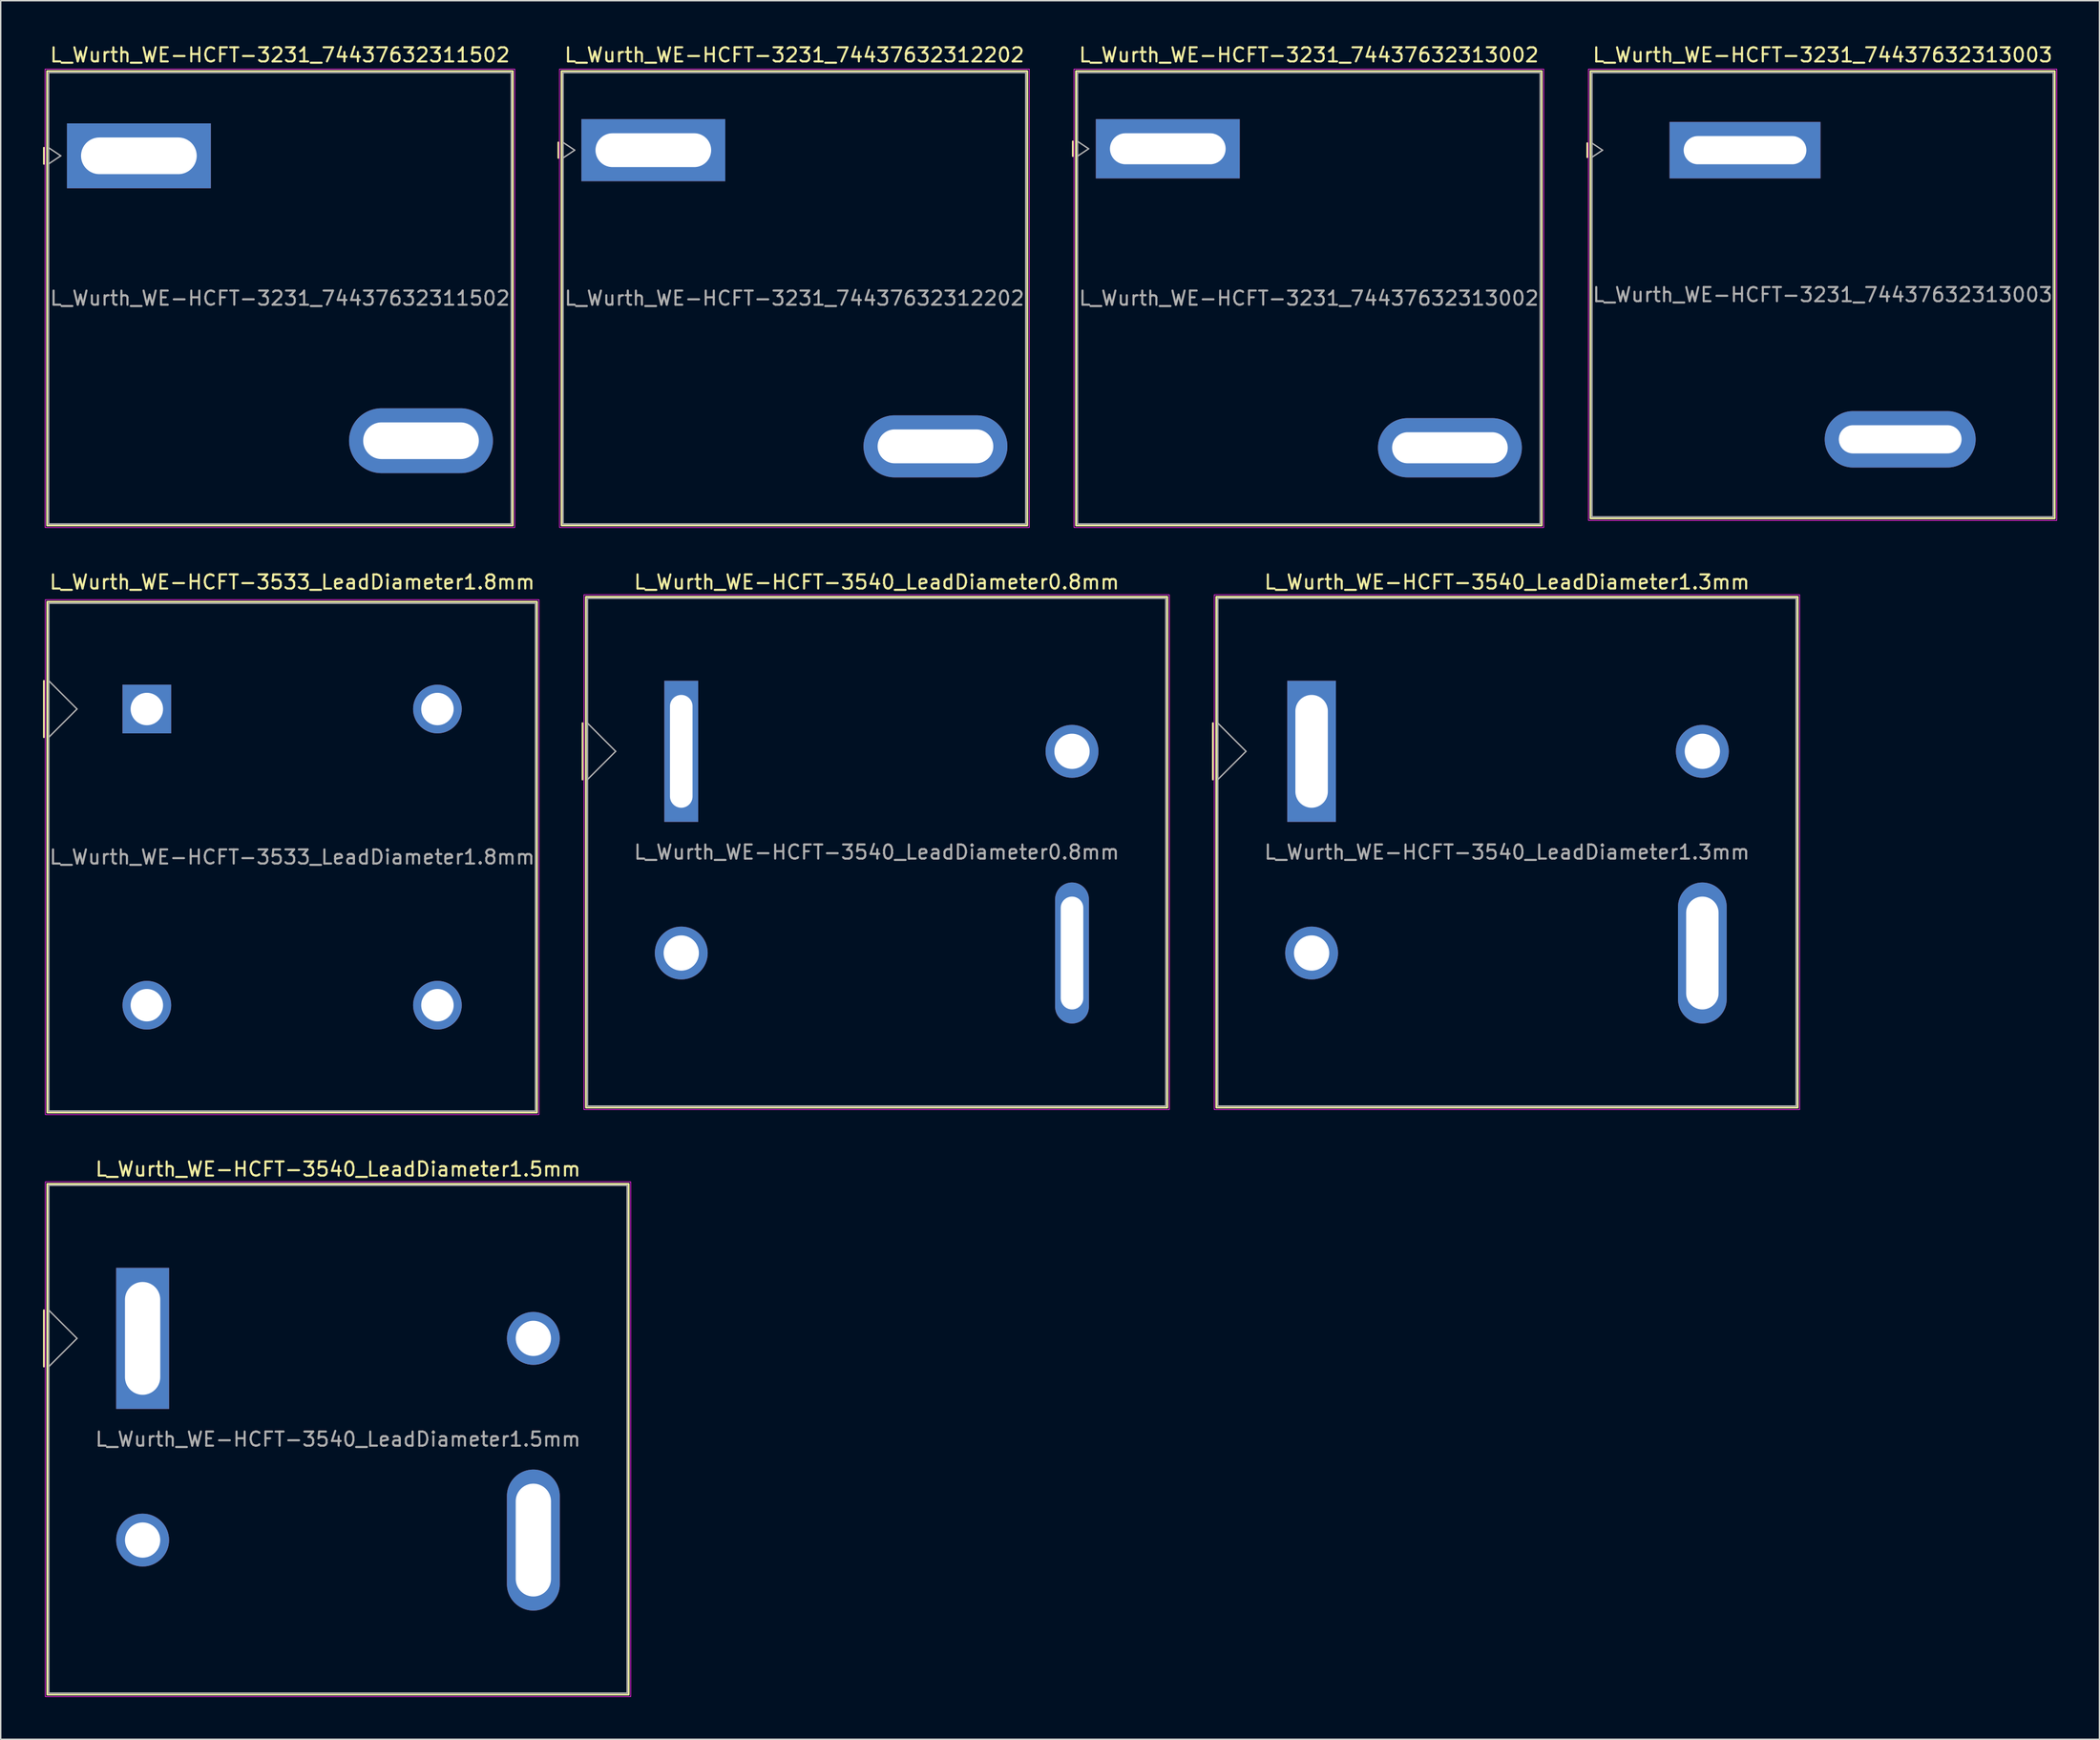
<source format=kicad_pcb>
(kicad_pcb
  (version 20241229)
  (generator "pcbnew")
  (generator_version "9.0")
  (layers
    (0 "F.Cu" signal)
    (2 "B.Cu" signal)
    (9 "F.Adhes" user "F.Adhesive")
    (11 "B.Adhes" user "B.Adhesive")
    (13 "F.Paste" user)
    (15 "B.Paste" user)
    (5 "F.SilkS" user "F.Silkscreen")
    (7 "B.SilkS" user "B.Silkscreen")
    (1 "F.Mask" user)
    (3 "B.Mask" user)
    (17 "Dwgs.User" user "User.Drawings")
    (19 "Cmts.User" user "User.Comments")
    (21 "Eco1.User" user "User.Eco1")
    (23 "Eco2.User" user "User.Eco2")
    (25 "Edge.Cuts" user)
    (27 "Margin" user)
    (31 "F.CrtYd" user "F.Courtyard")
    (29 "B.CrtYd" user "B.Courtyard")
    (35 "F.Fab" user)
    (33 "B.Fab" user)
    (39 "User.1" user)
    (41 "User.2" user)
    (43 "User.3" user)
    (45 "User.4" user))
  (footprint "L_Wurth_WE-HCFT-3231_74437632313002"
    (layer "F.Cu")
    (at 79.735 7.498)
    (property "Reference" "L_Wurth_WE-HCFT-3231_74437632313002" (at 10 -6.65 0) (unlocked yes) (layer "F.SilkS") (effects (font (size 1 1) (thickness 0.15))))
    (attr through_hole)
    (fp_line (start -6.735 -0.525) (end -6.735 0.525) (stroke (width 0.12) (type default)) (layer "F.SilkS"))
    (fp_rect (start -6.51 -5.51) (end 26.51 26.71) (stroke (width 0.12) (type default)) (fill no) (layer "F.SilkS"))
    (fp_rect (start -6.65 -5.65) (end 26.65 26.85) (stroke (width 0.05) (type default)) (fill no) (layer "F.CrtYd"))
    (fp_line (start -6.4 -0.525) (end -5.612 0) (stroke (width 0.1) (type default)) (layer "F.Fab"))
    (fp_line (start -6.4 0.525) (end -5.612 0) (stroke (width 0.1) (type default)) (layer "F.Fab"))
    (fp_rect (start -6.4 -5.4) (end 26.4 26.6) (stroke (width 0.1) (type default)) (fill no) (layer "F.Fab"))
    (fp_text user "${REFERENCE}" (at 10 10.6 0) (unlocked yes) (layer "F.Fab") (effects (font (size 1 1) (thickness 0.15))))
    (pad "1" thru_hole rect (at 0 0) (size 10.2 4.2) (drill oval 8.2 2.2) (layers "*.Cu" "*.Mask"))
    (pad "2" thru_hole oval (at 20 21.2) (size 10.2 4.2) (drill oval 8.2 2.2) (layers "*.Cu" "*.Mask")))
  (footprint "L_Wurth_WE-HCFT-3231_74437632311502"
    (layer "F.Cu")
    (at 6.795 7.998)
    (property "Reference" "L_Wurth_WE-HCFT-3231_74437632311502" (at 10 -7.15 0) (unlocked yes) (layer "F.SilkS") (effects (font (size 1 1) (thickness 0.15))))
    (attr through_hole)
    (fp_line (start -6.735 -0.575) (end -6.735 0.575) (stroke (width 0.12) (type default)) (layer "F.SilkS"))
    (fp_rect (start -6.51 -6.01) (end 26.51 26.21) (stroke (width 0.12) (type default)) (fill no) (layer "F.SilkS"))
    (fp_rect (start -6.65 -6.15) (end 26.65 26.35) (stroke (width 0.05) (type default)) (fill no) (layer "F.CrtYd"))
    (fp_line (start -6.4 -0.575) (end -5.537 0) (stroke (width 0.1) (type default)) (layer "F.Fab"))
    (fp_line (start -6.4 0.575) (end -5.537 0) (stroke (width 0.1) (type default)) (layer "F.Fab"))
    (fp_rect (start -6.4 -5.9) (end 26.4 26.1) (stroke (width 0.1) (type default)) (fill no) (layer "F.Fab"))
    (fp_text user "${REFERENCE}" (at 10 10.1 0) (unlocked yes) (layer "F.Fab") (effects (font (size 1 1) (thickness 0.15))))
    (pad "1" thru_hole rect (at 0 0) (size 10.2 4.6) (drill oval 8.2 2.6) (layers "*.Cu" "*.Mask"))
    (pad "2" thru_hole oval (at 20 20.2) (size 10.2 4.6) (drill oval 8.2 2.6) (layers "*.Cu" "*.Mask")))
  (footprint "L_Wurth_WE-HCFT-3231_74437632313003"
    (layer "F.Cu")
    (at 120.655 7.598)
    (property "Reference" "L_Wurth_WE-HCFT-3231_74437632313003" (at 5.5 -6.75 0) (unlocked yes) (layer "F.SilkS") (effects (font (size 1 1) (thickness 0.15))))
    (attr through_hole)
    (fp_line (start -11.185 -0.5) (end -11.185 0.5) (stroke (width 0.12) (type default)) (layer "F.SilkS"))
    (fp_rect (start -10.96 -5.61) (end 21.96 26.11) (stroke (width 0.12) (type default)) (fill no) (layer "F.SilkS"))
    (fp_rect (start -11.1 -5.75) (end 22.1 26.25) (stroke (width 0.05) (type default)) (fill no) (layer "F.CrtYd"))
    (fp_line (start -10.85 -0.5) (end -10.1 0) (stroke (width 0.1) (type default)) (layer "F.Fab"))
    (fp_line (start -10.85 0.5) (end -10.1 0) (stroke (width 0.1) (type default)) (layer "F.Fab"))
    (fp_rect (start -10.85 -5.5) (end 21.85 26) (stroke (width 0.1) (type default)) (fill no) (layer "F.Fab"))
    (fp_text user "${REFERENCE}" (at 5.5 10.25 0) (unlocked yes) (layer "F.Fab") (effects (font (size 1 1) (thickness 0.15))))
    (pad "1" thru_hole rect (at 0 0) (size 10.7 4) (drill oval 8.7 2) (layers "*.Cu" "*.Mask"))
    (pad "2" thru_hole oval (at 11 20.5) (size 10.7 4) (drill oval 8.7 2) (layers "*.Cu" "*.Mask")))
  (footprint "L_Wurth_WE-HCFT-3540_LeadDiameter1.5mm"
    (layer "F.Cu")
    (at 7.06 91.845)
    (property "Reference" "L_Wurth_WE-HCFT-3540_LeadDiameter1.5mm" (at 13.85 -12 0) (unlocked yes) (layer "F.SilkS") (effects (font (size 1 1) (thickness 0.15))))
    (attr through_hole)
    (fp_line (start -7 2) (end -7 -2) (stroke (width 0.12) (type solid)) (layer "F.SilkS"))
    (fp_rect (start -6.76 -10.96) (end 34.46 25.26) (stroke (width 0.12) (type solid)) (fill no) (layer "F.SilkS"))
    (fp_rect (start -6.9 -11.1) (end 34.6 25.4) (stroke (width 0.05) (type solid)) (fill no) (layer "F.CrtYd"))
    (fp_line (start -6.65 -2) (end -4.65 0) (stroke (width 0.1) (type solid)) (layer "F.Fab"))
    (fp_line (start -4.65 0) (end -6.65 2) (stroke (width 0.1) (type solid)) (layer "F.Fab"))
    (fp_rect (start -6.65 -10.85) (end 34.35 25.15) (stroke (width 0.1) (type solid)) (fill no) (layer "F.Fab"))
    (fp_text user "${REFERENCE}" (at 13.85 7.15 0) (unlocked yes) (layer "F.Fab") (effects (font (size 1 1) (thickness 0.15))))
    (pad "" thru_hole circle (at 0 14.3) (size 3.75 3.75) (drill 2.5) (layers "*.Cu" "*.Mask"))
    (pad "" thru_hole circle (at 27.7 0) (size 3.75 3.75) (drill 2.5) (layers "*.Cu" "*.Mask"))
    (pad "1" thru_hole rect (at 0 0) (size 3.75 10) (drill oval 2.5 8) (layers "*.Cu" "*.Mask"))
    (pad "2" thru_hole oval (at 27.7 14.3) (size 3.75 10) (drill oval 2.5 8) (layers "*.Cu" "*.Mask")))
  (footprint "L_Wurth_WE-HCFT-3540_LeadDiameter0.8mm"
    (layer "F.Cu")
    (at 45.245 50.221)
    (property "Reference" "L_Wurth_WE-HCFT-3540_LeadDiameter0.8mm" (at 13.85 -12 0) (unlocked yes) (layer "F.SilkS") (effects (font (size 1 1) (thickness 0.15))))
    (attr through_hole)
    (fp_line (start -7 2) (end -7 -2) (stroke (width 0.12) (type solid)) (layer "F.SilkS"))
    (fp_rect (start -6.76 -10.96) (end 34.46 25.26) (stroke (width 0.12) (type solid)) (fill no) (layer "F.SilkS"))
    (fp_rect (start -6.9 -11.1) (end 34.6 25.4) (stroke (width 0.05) (type solid)) (fill no) (layer "F.CrtYd"))
    (fp_line (start -6.65 -2) (end -4.65 0) (stroke (width 0.1) (type solid)) (layer "F.Fab"))
    (fp_line (start -4.65 0) (end -6.65 2) (stroke (width 0.1) (type solid)) (layer "F.Fab"))
    (fp_rect (start -6.65 -10.85) (end 34.35 25.15) (stroke (width 0.1) (type solid)) (fill no) (layer "F.Fab"))
    (fp_text user "${REFERENCE}" (at 13.85 7.15 0) (unlocked yes) (layer "F.Fab") (effects (font (size 1 1) (thickness 0.15))))
    (pad "" thru_hole circle (at 0 14.3) (size 3.75 3.75) (drill 2.5) (layers "*.Cu" "*.Mask"))
    (pad "" thru_hole circle (at 27.7 0) (size 3.75 3.75) (drill 2.5) (layers "*.Cu" "*.Mask"))
    (pad "1" thru_hole rect (at 0 0) (size 2.4 10) (drill oval 1.6 8) (layers "*.Cu" "*.Mask"))
    (pad "2" thru_hole oval (at 27.7 14.3) (size 2.4 10) (drill oval 1.6 8) (layers "*.Cu" "*.Mask")))
  (footprint "L_Wurth_WE-HCFT-3231_74437632312202"
    (layer "F.Cu")
    (at 43.265 7.598)
    (property "Reference" "L_Wurth_WE-HCFT-3231_74437632312202" (at 10 -6.75 0) (unlocked yes) (layer "F.SilkS") (effects (font (size 1 1) (thickness 0.15))))
    (attr through_hole)
    (fp_line (start -6.735 -0.55) (end -6.735 0.55) (stroke (width 0.12) (type default)) (layer "F.SilkS"))
    (fp_rect (start -6.51 -5.61) (end 26.51 26.61) (stroke (width 0.12) (type default)) (fill no) (layer "F.SilkS"))
    (fp_rect (start -6.65 -5.75) (end 26.65 26.75) (stroke (width 0.05) (type default)) (fill no) (layer "F.CrtYd"))
    (fp_line (start -6.4 -0.55) (end -5.575 0) (stroke (width 0.1) (type default)) (layer "F.Fab"))
    (fp_line (start -6.4 0.55) (end -5.575 0) (stroke (width 0.1) (type default)) (layer "F.Fab"))
    (fp_rect (start -6.4 -5.5) (end 26.4 26.5) (stroke (width 0.1) (type default)) (fill no) (layer "F.Fab"))
    (fp_text user "${REFERENCE}" (at 10 10.5 0) (unlocked yes) (layer "F.Fab") (effects (font (size 1 1) (thickness 0.15))))
    (pad "1" thru_hole rect (at 0 0) (size 10.2 4.4) (drill oval 8.2 2.4) (layers "*.Cu" "*.Mask"))
    (pad "2" thru_hole oval (at 20 21) (size 10.2 4.4) (drill oval 8.2 2.4) (layers "*.Cu" "*.Mask")))
  (footprint "L_Wurth_WE-HCFT-3540_LeadDiameter1.3mm"
    (layer "F.Cu")
    (at 89.93 50.221)
    (property "Reference" "L_Wurth_WE-HCFT-3540_LeadDiameter1.3mm" (at 13.85 -12 0) (unlocked yes) (layer "F.SilkS") (effects (font (size 1 1) (thickness 0.15))))
    (attr through_hole)
    (fp_line (start -7 2) (end -7 -2) (stroke (width 0.12) (type solid)) (layer "F.SilkS"))
    (fp_rect (start -6.76 -10.96) (end 34.46 25.26) (stroke (width 0.12) (type solid)) (fill no) (layer "F.SilkS"))
    (fp_rect (start -6.9 -11.1) (end 34.6 25.4) (stroke (width 0.05) (type solid)) (fill no) (layer "F.CrtYd"))
    (fp_line (start -6.65 -2) (end -4.65 0) (stroke (width 0.1) (type solid)) (layer "F.Fab"))
    (fp_line (start -4.65 0) (end -6.65 2) (stroke (width 0.1) (type solid)) (layer "F.Fab"))
    (fp_rect (start -6.65 -10.85) (end 34.35 25.15) (stroke (width 0.1) (type solid)) (fill no) (layer "F.Fab"))
    (fp_text user "${REFERENCE}" (at 13.85 7.15 0) (unlocked yes) (layer "F.Fab") (effects (font (size 1 1) (thickness 0.15))))
    (pad "" thru_hole circle (at 0 14.3) (size 3.75 3.75) (drill 2.5) (layers "*.Cu" "*.Mask"))
    (pad "" thru_hole circle (at 27.7 0) (size 3.75 3.75) (drill 2.5) (layers "*.Cu" "*.Mask"))
    (pad "1" thru_hole rect (at 0 0) (size 3.45 10) (drill oval 2.3 8) (layers "*.Cu" "*.Mask"))
    (pad "2" thru_hole oval (at 27.7 14.3) (size 3.45 10) (drill oval 2.3 8) (layers "*.Cu" "*.Mask")))
  (footprint "L_Wurth_WE-HCFT-3533_LeadDiameter1.8mm"
    (layer "F.Cu")
    (at 7.36 47.221)
    (property "Reference" "L_Wurth_WE-HCFT-3533_LeadDiameter1.8mm" (at 10.3 -9 0) (unlocked yes) (layer "F.SilkS") (effects (font (size 1 1) (thickness 0.15))))
    (attr through_hole)
    (fp_line (start -7.3 -2) (end -7.3 2) (stroke (width 0.12) (type solid)) (layer "F.SilkS"))
    (fp_rect (start -7.06 -7.61) (end 27.66 28.61) (stroke (width 0.12) (type solid)) (fill no) (layer "F.SilkS"))
    (fp_rect (start -7.2 -7.75) (end 27.8 28.75) (stroke (width 0.05) (type solid)) (fill no) (layer "F.CrtYd"))
    (fp_line (start -6.95 -2) (end -4.95 0) (stroke (width 0.1) (type solid)) (layer "F.Fab"))
    (fp_line (start -4.95 0) (end -6.95 2) (stroke (width 0.1) (type solid)) (layer "F.Fab"))
    (fp_rect (start -6.95 -7.5) (end 27.55 28.5) (stroke (width 0.1) (type solid)) (fill no) (layer "F.Fab"))
    (fp_text user "${REFERENCE}" (at 10.3 10.5 0) (unlocked yes) (layer "F.Fab") (effects (font (size 1 1) (thickness 0.15))))
    (pad "" thru_hole circle (at 0 21) (size 3.45 3.45) (drill 2.3) (layers "*.Cu" "*.Mask"))
    (pad "" thru_hole circle (at 20.6 0) (size 3.45 3.45) (drill 2.3) (layers "*.Cu" "*.Mask"))
    (pad "1" thru_hole rect (at 0 0) (size 3.45 3.45) (drill 2.3) (layers "*.Cu" "*.Mask"))
    (pad "2" thru_hole circle (at 20.6 21) (size 3.45 3.45) (drill 2.3) (layers "*.Cu" "*.Mask")))
  (gr_rect
    (start -3 -3)
    (end 145.78 120.27)
    (stroke (width 0.1) (type default))
    (fill no)
    (layer "Edge.Cuts")))
</source>
